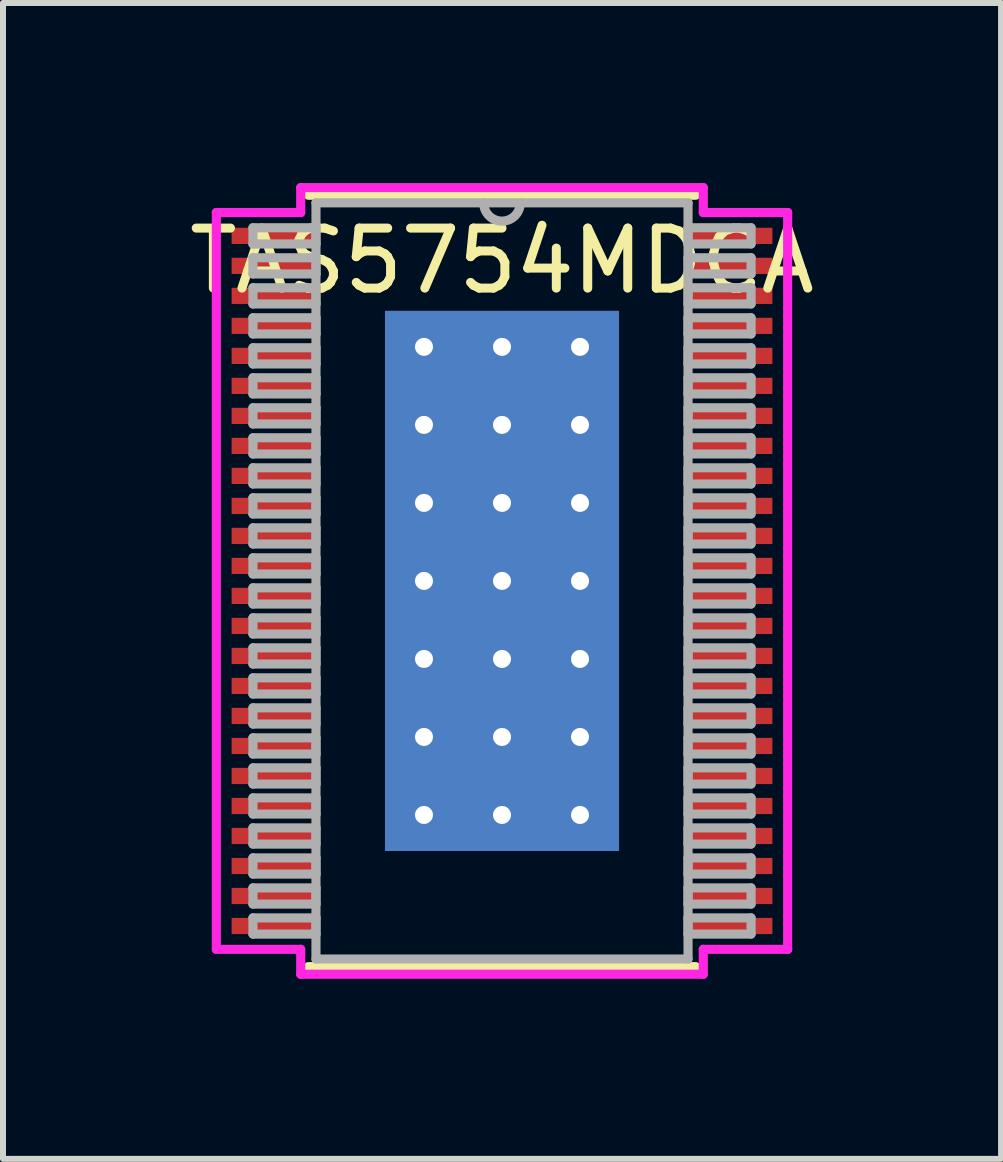
<source format=kicad_pcb>
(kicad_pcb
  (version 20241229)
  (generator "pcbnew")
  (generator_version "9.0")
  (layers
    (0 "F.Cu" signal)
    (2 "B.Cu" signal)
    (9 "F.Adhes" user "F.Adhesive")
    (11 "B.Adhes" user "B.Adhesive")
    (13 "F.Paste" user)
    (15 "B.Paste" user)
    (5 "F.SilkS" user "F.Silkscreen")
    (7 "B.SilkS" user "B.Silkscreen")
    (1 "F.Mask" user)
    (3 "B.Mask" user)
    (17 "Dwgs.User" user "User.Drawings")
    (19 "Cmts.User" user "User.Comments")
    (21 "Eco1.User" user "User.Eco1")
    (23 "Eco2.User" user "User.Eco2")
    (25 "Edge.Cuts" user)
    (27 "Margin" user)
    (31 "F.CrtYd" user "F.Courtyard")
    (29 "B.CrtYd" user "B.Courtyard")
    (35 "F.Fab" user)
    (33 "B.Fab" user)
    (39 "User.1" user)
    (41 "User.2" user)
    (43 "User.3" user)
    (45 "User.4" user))
  (footprint "TAS5754MDCA"
    (layer "F.Cu")
    (at 5.315 6.63)
    (property "Reference" "TAS5754MDCA" (at 0 -5.334 0) (layer "F.SilkS") (effects (font (size 1 1) (thickness 0.15))))
    (attr through_hole)
    (fp_line (start -3.227 6.427) (end 3.227 6.427) (stroke (width 0.152) (type solid)) (layer "F.SilkS"))
    (fp_line (start 3.227 -6.427) (end -3.227 -6.427) (stroke (width 0.152) (type solid)) (layer "F.SilkS"))
    (fp_line (start -4.76 -6.139) (end -3.354 -6.139) (stroke (width 0.152) (type solid)) (layer "F.CrtYd"))
    (fp_line (start -4.76 6.139) (end -4.76 -6.139) (stroke (width 0.152) (type solid)) (layer "F.CrtYd"))
    (fp_line (start -3.354 -6.554) (end 3.354 -6.554) (stroke (width 0.152) (type solid)) (layer "F.CrtYd"))
    (fp_line (start -3.354 -6.139) (end -3.354 -6.554) (stroke (width 0.152) (type solid)) (layer "F.CrtYd"))
    (fp_line (start -3.354 6.139) (end -4.76 6.139) (stroke (width 0.152) (type solid)) (layer "F.CrtYd"))
    (fp_line (start -3.354 6.554) (end -3.354 6.139) (stroke (width 0.152) (type solid)) (layer "F.CrtYd"))
    (fp_line (start 3.354 -6.554) (end 3.354 -6.139) (stroke (width 0.152) (type solid)) (layer "F.CrtYd"))
    (fp_line (start 3.354 -6.139) (end 4.76 -6.139) (stroke (width 0.152) (type solid)) (layer "F.CrtYd"))
    (fp_line (start 3.354 6.139) (end 3.354 6.554) (stroke (width 0.152) (type solid)) (layer "F.CrtYd"))
    (fp_line (start 3.354 6.554) (end -3.354 6.554) (stroke (width 0.152) (type solid)) (layer "F.CrtYd"))
    (fp_line (start 4.76 -6.139) (end 4.76 6.139) (stroke (width 0.152) (type solid)) (layer "F.CrtYd"))
    (fp_line (start 4.76 6.139) (end 3.354 6.139) (stroke (width 0.152) (type solid)) (layer "F.CrtYd"))
    (fp_line (start -4.15 -5.885) (end -4.15 -5.615) (stroke (width 0.152) (type solid)) (layer "F.Fab"))
    (fp_line (start -4.15 -5.615) (end -3.1 -5.615) (stroke (width 0.152) (type solid)) (layer "F.Fab"))
    (fp_line (start -4.15 -5.385) (end -4.15 -5.115) (stroke (width 0.152) (type solid)) (layer "F.Fab"))
    (fp_line (start -4.15 -5.115) (end -3.1 -5.115) (stroke (width 0.152) (type solid)) (layer "F.Fab"))
    (fp_line (start -4.15 -4.885) (end -4.15 -4.615) (stroke (width 0.152) (type solid)) (layer "F.Fab"))
    (fp_line (start -4.15 -4.615) (end -3.1 -4.615) (stroke (width 0.152) (type solid)) (layer "F.Fab"))
    (fp_line (start -4.15 -4.385) (end -4.15 -4.115) (stroke (width 0.152) (type solid)) (layer "F.Fab"))
    (fp_line (start -4.15 -4.115) (end -3.1 -4.115) (stroke (width 0.152) (type solid)) (layer "F.Fab"))
    (fp_line (start -4.15 -3.885) (end -4.15 -3.615) (stroke (width 0.152) (type solid)) (layer "F.Fab"))
    (fp_line (start -4.15 -3.615) (end -3.1 -3.615) (stroke (width 0.152) (type solid)) (layer "F.Fab"))
    (fp_line (start -4.15 -3.385) (end -4.15 -3.115) (stroke (width 0.152) (type solid)) (layer "F.Fab"))
    (fp_line (start -4.15 -3.115) (end -3.1 -3.115) (stroke (width 0.152) (type solid)) (layer "F.Fab"))
    (fp_line (start -4.15 -2.885) (end -4.15 -2.615) (stroke (width 0.152) (type solid)) (layer "F.Fab"))
    (fp_line (start -4.15 -2.615) (end -3.1 -2.615) (stroke (width 0.152) (type solid)) (layer "F.Fab"))
    (fp_line (start -4.15 -2.385) (end -4.15 -2.115) (stroke (width 0.152) (type solid)) (layer "F.Fab"))
    (fp_line (start -4.15 -2.115) (end -3.1 -2.115) (stroke (width 0.152) (type solid)) (layer "F.Fab"))
    (fp_line (start -4.15 -1.885) (end -4.15 -1.615) (stroke (width 0.152) (type solid)) (layer "F.Fab"))
    (fp_line (start -4.15 -1.615) (end -3.1 -1.615) (stroke (width 0.152) (type solid)) (layer "F.Fab"))
    (fp_line (start -4.15 -1.385) (end -4.15 -1.115) (stroke (width 0.152) (type solid)) (layer "F.Fab"))
    (fp_line (start -4.15 -1.115) (end -3.1 -1.115) (stroke (width 0.152) (type solid)) (layer "F.Fab"))
    (fp_line (start -4.15 -0.885) (end -4.15 -0.615) (stroke (width 0.152) (type solid)) (layer "F.Fab"))
    (fp_line (start -4.15 -0.615) (end -3.1 -0.615) (stroke (width 0.152) (type solid)) (layer "F.Fab"))
    (fp_line (start -4.15 -0.385) (end -4.15 -0.115) (stroke (width 0.152) (type solid)) (layer "F.Fab"))
    (fp_line (start -4.15 -0.115) (end -3.1 -0.115) (stroke (width 0.152) (type solid)) (layer "F.Fab"))
    (fp_line (start -4.15 0.115) (end -4.15 0.385) (stroke (width 0.152) (type solid)) (layer "F.Fab"))
    (fp_line (start -4.15 0.385) (end -3.1 0.385) (stroke (width 0.152) (type solid)) (layer "F.Fab"))
    (fp_line (start -4.15 0.615) (end -4.15 0.885) (stroke (width 0.152) (type solid)) (layer "F.Fab"))
    (fp_line (start -4.15 0.885) (end -3.1 0.885) (stroke (width 0.152) (type solid)) (layer "F.Fab"))
    (fp_line (start -4.15 1.115) (end -4.15 1.385) (stroke (width 0.152) (type solid)) (layer "F.Fab"))
    (fp_line (start -4.15 1.385) (end -3.1 1.385) (stroke (width 0.152) (type solid)) (layer "F.Fab"))
    (fp_line (start -4.15 1.615) (end -4.15 1.885) (stroke (width 0.152) (type solid)) (layer "F.Fab"))
    (fp_line (start -4.15 1.885) (end -3.1 1.885) (stroke (width 0.152) (type solid)) (layer "F.Fab"))
    (fp_line (start -4.15 2.115) (end -4.15 2.385) (stroke (width 0.152) (type solid)) (layer "F.Fab"))
    (fp_line (start -4.15 2.385) (end -3.1 2.385) (stroke (width 0.152) (type solid)) (layer "F.Fab"))
    (fp_line (start -4.15 2.615) (end -4.15 2.885) (stroke (width 0.152) (type solid)) (layer "F.Fab"))
    (fp_line (start -4.15 2.885) (end -3.1 2.885) (stroke (width 0.152) (type solid)) (layer "F.Fab"))
    (fp_line (start -4.15 3.115) (end -4.15 3.385) (stroke (width 0.152) (type solid)) (layer "F.Fab"))
    (fp_line (start -4.15 3.385) (end -3.1 3.385) (stroke (width 0.152) (type solid)) (layer "F.Fab"))
    (fp_line (start -4.15 3.615) (end -4.15 3.885) (stroke (width 0.152) (type solid)) (layer "F.Fab"))
    (fp_line (start -4.15 3.885) (end -3.1 3.885) (stroke (width 0.152) (type solid)) (layer "F.Fab"))
    (fp_line (start -4.15 4.115) (end -4.15 4.385) (stroke (width 0.152) (type solid)) (layer "F.Fab"))
    (fp_line (start -4.15 4.385) (end -3.1 4.385) (stroke (width 0.152) (type solid)) (layer "F.Fab"))
    (fp_line (start -4.15 4.615) (end -4.15 4.885) (stroke (width 0.152) (type solid)) (layer "F.Fab"))
    (fp_line (start -4.15 4.885) (end -3.1 4.885) (stroke (width 0.152) (type solid)) (layer "F.Fab"))
    (fp_line (start -4.15 5.115) (end -4.15 5.385) (stroke (width 0.152) (type solid)) (layer "F.Fab"))
    (fp_line (start -4.15 5.385) (end -3.1 5.385) (stroke (width 0.152) (type solid)) (layer "F.Fab"))
    (fp_line (start -4.15 5.615) (end -4.15 5.885) (stroke (width 0.152) (type solid)) (layer "F.Fab"))
    (fp_line (start -4.15 5.885) (end -3.1 5.885) (stroke (width 0.152) (type solid)) (layer "F.Fab"))
    (fp_line (start -3.1 -5.885) (end -4.15 -5.885) (stroke (width 0.152) (type solid)) (layer "F.Fab"))
    (fp_line (start -3.1 -5.615) (end -3.1 -5.885) (stroke (width 0.152) (type solid)) (layer "F.Fab"))
    (fp_line (start -3.1 -5.385) (end -4.15 -5.385) (stroke (width 0.152) (type solid)) (layer "F.Fab"))
    (fp_line (start -3.1 -5.115) (end -3.1 -5.385) (stroke (width 0.152) (type solid)) (layer "F.Fab"))
    (fp_line (start -3.1 -4.885) (end -4.15 -4.885) (stroke (width 0.152) (type solid)) (layer "F.Fab"))
    (fp_line (start -3.1 -4.615) (end -3.1 -4.885) (stroke (width 0.152) (type solid)) (layer "F.Fab"))
    (fp_line (start -3.1 -4.385) (end -4.15 -4.385) (stroke (width 0.152) (type solid)) (layer "F.Fab"))
    (fp_line (start -3.1 -4.115) (end -3.1 -4.385) (stroke (width 0.152) (type solid)) (layer "F.Fab"))
    (fp_line (start -3.1 -3.885) (end -4.15 -3.885) (stroke (width 0.152) (type solid)) (layer "F.Fab"))
    (fp_line (start -3.1 -3.615) (end -3.1 -3.885) (stroke (width 0.152) (type solid)) (layer "F.Fab"))
    (fp_line (start -3.1 -3.385) (end -4.15 -3.385) (stroke (width 0.152) (type solid)) (layer "F.Fab"))
    (fp_line (start -3.1 -3.115) (end -3.1 -3.385) (stroke (width 0.152) (type solid)) (layer "F.Fab"))
    (fp_line (start -3.1 -2.885) (end -4.15 -2.885) (stroke (width 0.152) (type solid)) (layer "F.Fab"))
    (fp_line (start -3.1 -2.615) (end -3.1 -2.885) (stroke (width 0.152) (type solid)) (layer "F.Fab"))
    (fp_line (start -3.1 -2.385) (end -4.15 -2.385) (stroke (width 0.152) (type solid)) (layer "F.Fab"))
    (fp_line (start -3.1 -2.115) (end -3.1 -2.385) (stroke (width 0.152) (type solid)) (layer "F.Fab"))
    (fp_line (start -3.1 -1.885) (end -4.15 -1.885) (stroke (width 0.152) (type solid)) (layer "F.Fab"))
    (fp_line (start -3.1 -1.615) (end -3.1 -1.885) (stroke (width 0.152) (type solid)) (layer "F.Fab"))
    (fp_line (start -3.1 -1.385) (end -4.15 -1.385) (stroke (width 0.152) (type solid)) (layer "F.Fab"))
    (fp_line (start -3.1 -1.115) (end -3.1 -1.385) (stroke (width 0.152) (type solid)) (layer "F.Fab"))
    (fp_line (start -3.1 -0.885) (end -4.15 -0.885) (stroke (width 0.152) (type solid)) (layer "F.Fab"))
    (fp_line (start -3.1 -0.615) (end -3.1 -0.885) (stroke (width 0.152) (type solid)) (layer "F.Fab"))
    (fp_line (start -3.1 -0.385) (end -4.15 -0.385) (stroke (width 0.152) (type solid)) (layer "F.Fab"))
    (fp_line (start -3.1 -0.115) (end -3.1 -0.385) (stroke (width 0.152) (type solid)) (layer "F.Fab"))
    (fp_line (start -3.1 0.115) (end -4.15 0.115) (stroke (width 0.152) (type solid)) (layer "F.Fab"))
    (fp_line (start -3.1 0.385) (end -3.1 0.115) (stroke (width 0.152) (type solid)) (layer "F.Fab"))
    (fp_line (start -3.1 0.615) (end -4.15 0.615) (stroke (width 0.152) (type solid)) (layer "F.Fab"))
    (fp_line (start -3.1 0.885) (end -3.1 0.615) (stroke (width 0.152) (type solid)) (layer "F.Fab"))
    (fp_line (start -3.1 1.115) (end -4.15 1.115) (stroke (width 0.152) (type solid)) (layer "F.Fab"))
    (fp_line (start -3.1 1.385) (end -3.1 1.115) (stroke (width 0.152) (type solid)) (layer "F.Fab"))
    (fp_line (start -3.1 1.615) (end -4.15 1.615) (stroke (width 0.152) (type solid)) (layer "F.Fab"))
    (fp_line (start -3.1 1.885) (end -3.1 1.615) (stroke (width 0.152) (type solid)) (layer "F.Fab"))
    (fp_line (start -3.1 2.115) (end -4.15 2.115) (stroke (width 0.152) (type solid)) (layer "F.Fab"))
    (fp_line (start -3.1 2.385) (end -3.1 2.115) (stroke (width 0.152) (type solid)) (layer "F.Fab"))
    (fp_line (start -3.1 2.615) (end -4.15 2.615) (stroke (width 0.152) (type solid)) (layer "F.Fab"))
    (fp_line (start -3.1 2.885) (end -3.1 2.615) (stroke (width 0.152) (type solid)) (layer "F.Fab"))
    (fp_line (start -3.1 3.115) (end -4.15 3.115) (stroke (width 0.152) (type solid)) (layer "F.Fab"))
    (fp_line (start -3.1 3.385) (end -3.1 3.115) (stroke (width 0.152) (type solid)) (layer "F.Fab"))
    (fp_line (start -3.1 3.615) (end -4.15 3.615) (stroke (width 0.152) (type solid)) (layer "F.Fab"))
    (fp_line (start -3.1 3.885) (end -3.1 3.615) (stroke (width 0.152) (type solid)) (layer "F.Fab"))
    (fp_line (start -3.1 4.115) (end -4.15 4.115) (stroke (width 0.152) (type solid)) (layer "F.Fab"))
    (fp_line (start -3.1 4.385) (end -3.1 4.115) (stroke (width 0.152) (type solid)) (layer "F.Fab"))
    (fp_line (start -3.1 4.615) (end -4.15 4.615) (stroke (width 0.152) (type solid)) (layer "F.Fab"))
    (fp_line (start -3.1 4.885) (end -3.1 4.615) (stroke (width 0.152) (type solid)) (layer "F.Fab"))
    (fp_line (start -3.1 5.115) (end -4.15 5.115) (stroke (width 0.152) (type solid)) (layer "F.Fab"))
    (fp_line (start -3.1 5.385) (end -3.1 5.115) (stroke (width 0.152) (type solid)) (layer "F.Fab"))
    (fp_line (start -3.1 5.615) (end -4.15 5.615) (stroke (width 0.152) (type solid)) (layer "F.Fab"))
    (fp_line (start -3.1 5.885) (end -3.1 5.615) (stroke (width 0.152) (type solid)) (layer "F.Fab"))
    (fp_line (start -3.1 -6.3) (end -3.1 6.3) (stroke (width 0.152) (type solid)) (layer "F.Fab"))
    (fp_line (start -3.1 6.3) (end 3.1 6.3) (stroke (width 0.152) (type solid)) (layer "F.Fab"))
    (fp_line (start 3.1 -6.3) (end -3.1 -6.3) (stroke (width 0.152) (type solid)) (layer "F.Fab"))
    (fp_line (start 3.1 6.3) (end 3.1 -6.3) (stroke (width 0.152) (type solid)) (layer "F.Fab"))
    (fp_line (start 3.1 -5.885) (end 3.1 -5.615) (stroke (width 0.152) (type solid)) (layer "F.Fab"))
    (fp_line (start 3.1 -5.615) (end 4.15 -5.615) (stroke (width 0.152) (type solid)) (layer "F.Fab"))
    (fp_line (start 3.1 -5.385) (end 3.1 -5.115) (stroke (width 0.152) (type solid)) (layer "F.Fab"))
    (fp_line (start 3.1 -5.115) (end 4.15 -5.115) (stroke (width 0.152) (type solid)) (layer "F.Fab"))
    (fp_line (start 3.1 -4.885) (end 3.1 -4.615) (stroke (width 0.152) (type solid)) (layer "F.Fab"))
    (fp_line (start 3.1 -4.615) (end 4.15 -4.615) (stroke (width 0.152) (type solid)) (layer "F.Fab"))
    (fp_line (start 3.1 -4.385) (end 3.1 -4.115) (stroke (width 0.152) (type solid)) (layer "F.Fab"))
    (fp_line (start 3.1 -4.115) (end 4.15 -4.115) (stroke (width 0.152) (type solid)) (layer "F.Fab"))
    (fp_line (start 3.1 -3.885) (end 3.1 -3.615) (stroke (width 0.152) (type solid)) (layer "F.Fab"))
    (fp_line (start 3.1 -3.615) (end 4.15 -3.615) (stroke (width 0.152) (type solid)) (layer "F.Fab"))
    (fp_line (start 3.1 -3.385) (end 3.1 -3.115) (stroke (width 0.152) (type solid)) (layer "F.Fab"))
    (fp_line (start 3.1 -3.115) (end 4.15 -3.115) (stroke (width 0.152) (type solid)) (layer "F.Fab"))
    (fp_line (start 3.1 -2.885) (end 3.1 -2.615) (stroke (width 0.152) (type solid)) (layer "F.Fab"))
    (fp_line (start 3.1 -2.615) (end 4.15 -2.615) (stroke (width 0.152) (type solid)) (layer "F.Fab"))
    (fp_line (start 3.1 -2.385) (end 3.1 -2.115) (stroke (width 0.152) (type solid)) (layer "F.Fab"))
    (fp_line (start 3.1 -2.115) (end 4.15 -2.115) (stroke (width 0.152) (type solid)) (layer "F.Fab"))
    (fp_line (start 3.1 -1.885) (end 3.1 -1.615) (stroke (width 0.152) (type solid)) (layer "F.Fab"))
    (fp_line (start 3.1 -1.615) (end 4.15 -1.615) (stroke (width 0.152) (type solid)) (layer "F.Fab"))
    (fp_line (start 3.1 -1.385) (end 3.1 -1.115) (stroke (width 0.152) (type solid)) (layer "F.Fab"))
    (fp_line (start 3.1 -1.115) (end 4.15 -1.115) (stroke (width 0.152) (type solid)) (layer "F.Fab"))
    (fp_line (start 3.1 -0.885) (end 3.1 -0.615) (stroke (width 0.152) (type solid)) (layer "F.Fab"))
    (fp_line (start 3.1 -0.615) (end 4.15 -0.615) (stroke (width 0.152) (type solid)) (layer "F.Fab"))
    (fp_line (start 3.1 -0.385) (end 3.1 -0.115) (stroke (width 0.152) (type solid)) (layer "F.Fab"))
    (fp_line (start 3.1 -0.115) (end 4.15 -0.115) (stroke (width 0.152) (type solid)) (layer "F.Fab"))
    (fp_line (start 3.1 0.115) (end 3.1 0.385) (stroke (width 0.152) (type solid)) (layer "F.Fab"))
    (fp_line (start 3.1 0.385) (end 4.15 0.385) (stroke (width 0.152) (type solid)) (layer "F.Fab"))
    (fp_line (start 3.1 0.615) (end 3.1 0.885) (stroke (width 0.152) (type solid)) (layer "F.Fab"))
    (fp_line (start 3.1 0.885) (end 4.15 0.885) (stroke (width 0.152) (type solid)) (layer "F.Fab"))
    (fp_line (start 3.1 1.115) (end 3.1 1.385) (stroke (width 0.152) (type solid)) (layer "F.Fab"))
    (fp_line (start 3.1 1.385) (end 4.15 1.385) (stroke (width 0.152) (type solid)) (layer "F.Fab"))
    (fp_line (start 3.1 1.615) (end 3.1 1.885) (stroke (width 0.152) (type solid)) (layer "F.Fab"))
    (fp_line (start 3.1 1.885) (end 4.15 1.885) (stroke (width 0.152) (type solid)) (layer "F.Fab"))
    (fp_line (start 3.1 2.115) (end 3.1 2.385) (stroke (width 0.152) (type solid)) (layer "F.Fab"))
    (fp_line (start 3.1 2.385) (end 4.15 2.385) (stroke (width 0.152) (type solid)) (layer "F.Fab"))
    (fp_line (start 3.1 2.615) (end 3.1 2.885) (stroke (width 0.152) (type solid)) (layer "F.Fab"))
    (fp_line (start 3.1 2.885) (end 4.15 2.885) (stroke (width 0.152) (type solid)) (layer "F.Fab"))
    (fp_line (start 3.1 3.115) (end 3.1 3.385) (stroke (width 0.152) (type solid)) (layer "F.Fab"))
    (fp_line (start 3.1 3.385) (end 4.15 3.385) (stroke (width 0.152) (type solid)) (layer "F.Fab"))
    (fp_line (start 3.1 3.615) (end 3.1 3.885) (stroke (width 0.152) (type solid)) (layer "F.Fab"))
    (fp_line (start 3.1 3.885) (end 4.15 3.885) (stroke (width 0.152) (type solid)) (layer "F.Fab"))
    (fp_line (start 3.1 4.115) (end 3.1 4.385) (stroke (width 0.152) (type solid)) (layer "F.Fab"))
    (fp_line (start 3.1 4.385) (end 4.15 4.385) (stroke (width 0.152) (type solid)) (layer "F.Fab"))
    (fp_line (start 3.1 4.615) (end 3.1 4.885) (stroke (width 0.152) (type solid)) (layer "F.Fab"))
    (fp_line (start 3.1 4.885) (end 4.15 4.885) (stroke (width 0.152) (type solid)) (layer "F.Fab"))
    (fp_line (start 3.1 5.115) (end 3.1 5.385) (stroke (width 0.152) (type solid)) (layer "F.Fab"))
    (fp_line (start 3.1 5.385) (end 4.15 5.385) (stroke (width 0.152) (type solid)) (layer "F.Fab"))
    (fp_line (start 3.1 5.615) (end 3.1 5.885) (stroke (width 0.152) (type solid)) (layer "F.Fab"))
    (fp_line (start 3.1 5.885) (end 4.15 5.885) (stroke (width 0.152) (type solid)) (layer "F.Fab"))
    (fp_line (start 4.15 -5.885) (end 3.1 -5.885) (stroke (width 0.152) (type solid)) (layer "F.Fab"))
    (fp_line (start 4.15 -5.615) (end 4.15 -5.885) (stroke (width 0.152) (type solid)) (layer "F.Fab"))
    (fp_line (start 4.15 -5.385) (end 3.1 -5.385) (stroke (width 0.152) (type solid)) (layer "F.Fab"))
    (fp_line (start 4.15 -5.115) (end 4.15 -5.385) (stroke (width 0.152) (type solid)) (layer "F.Fab"))
    (fp_line (start 4.15 -4.885) (end 3.1 -4.885) (stroke (width 0.152) (type solid)) (layer "F.Fab"))
    (fp_line (start 4.15 -4.615) (end 4.15 -4.885) (stroke (width 0.152) (type solid)) (layer "F.Fab"))
    (fp_line (start 4.15 -4.385) (end 3.1 -4.385) (stroke (width 0.152) (type solid)) (layer "F.Fab"))
    (fp_line (start 4.15 -4.115) (end 4.15 -4.385) (stroke (width 0.152) (type solid)) (layer "F.Fab"))
    (fp_line (start 4.15 -3.885) (end 3.1 -3.885) (stroke (width 0.152) (type solid)) (layer "F.Fab"))
    (fp_line (start 4.15 -3.615) (end 4.15 -3.885) (stroke (width 0.152) (type solid)) (layer "F.Fab"))
    (fp_line (start 4.15 -3.385) (end 3.1 -3.385) (stroke (width 0.152) (type solid)) (layer "F.Fab"))
    (fp_line (start 4.15 -3.115) (end 4.15 -3.385) (stroke (width 0.152) (type solid)) (layer "F.Fab"))
    (fp_line (start 4.15 -2.885) (end 3.1 -2.885) (stroke (width 0.152) (type solid)) (layer "F.Fab"))
    (fp_line (start 4.15 -2.615) (end 4.15 -2.885) (stroke (width 0.152) (type solid)) (layer "F.Fab"))
    (fp_line (start 4.15 -2.385) (end 3.1 -2.385) (stroke (width 0.152) (type solid)) (layer "F.Fab"))
    (fp_line (start 4.15 -2.115) (end 4.15 -2.385) (stroke (width 0.152) (type solid)) (layer "F.Fab"))
    (fp_line (start 4.15 -1.885) (end 3.1 -1.885) (stroke (width 0.152) (type solid)) (layer "F.Fab"))
    (fp_line (start 4.15 -1.615) (end 4.15 -1.885) (stroke (width 0.152) (type solid)) (layer "F.Fab"))
    (fp_line (start 4.15 -1.385) (end 3.1 -1.385) (stroke (width 0.152) (type solid)) (layer "F.Fab"))
    (fp_line (start 4.15 -1.115) (end 4.15 -1.385) (stroke (width 0.152) (type solid)) (layer "F.Fab"))
    (fp_line (start 4.15 -0.885) (end 3.1 -0.885) (stroke (width 0.152) (type solid)) (layer "F.Fab"))
    (fp_line (start 4.15 -0.615) (end 4.15 -0.885) (stroke (width 0.152) (type solid)) (layer "F.Fab"))
    (fp_line (start 4.15 -0.385) (end 3.1 -0.385) (stroke (width 0.152) (type solid)) (layer "F.Fab"))
    (fp_line (start 4.15 -0.115) (end 4.15 -0.385) (stroke (width 0.152) (type solid)) (layer "F.Fab"))
    (fp_line (start 4.15 0.115) (end 3.1 0.115) (stroke (width 0.152) (type solid)) (layer "F.Fab"))
    (fp_line (start 4.15 0.385) (end 4.15 0.115) (stroke (width 0.152) (type solid)) (layer "F.Fab"))
    (fp_line (start 4.15 0.615) (end 3.1 0.615) (stroke (width 0.152) (type solid)) (layer "F.Fab"))
    (fp_line (start 4.15 0.885) (end 4.15 0.615) (stroke (width 0.152) (type solid)) (layer "F.Fab"))
    (fp_line (start 4.15 1.115) (end 3.1 1.115) (stroke (width 0.152) (type solid)) (layer "F.Fab"))
    (fp_line (start 4.15 1.385) (end 4.15 1.115) (stroke (width 0.152) (type solid)) (layer "F.Fab"))
    (fp_line (start 4.15 1.615) (end 3.1 1.615) (stroke (width 0.152) (type solid)) (layer "F.Fab"))
    (fp_line (start 4.15 1.885) (end 4.15 1.615) (stroke (width 0.152) (type solid)) (layer "F.Fab"))
    (fp_line (start 4.15 2.115) (end 3.1 2.115) (stroke (width 0.152) (type solid)) (layer "F.Fab"))
    (fp_line (start 4.15 2.385) (end 4.15 2.115) (stroke (width 0.152) (type solid)) (layer "F.Fab"))
    (fp_line (start 4.15 2.615) (end 3.1 2.615) (stroke (width 0.152) (type solid)) (layer "F.Fab"))
    (fp_line (start 4.15 2.885) (end 4.15 2.615) (stroke (width 0.152) (type solid)) (layer "F.Fab"))
    (fp_line (start 4.15 3.115) (end 3.1 3.115) (stroke (width 0.152) (type solid)) (layer "F.Fab"))
    (fp_line (start 4.15 3.385) (end 4.15 3.115) (stroke (width 0.152) (type solid)) (layer "F.Fab"))
    (fp_line (start 4.15 3.615) (end 3.1 3.615) (stroke (width 0.152) (type solid)) (layer "F.Fab"))
    (fp_line (start 4.15 3.885) (end 4.15 3.615) (stroke (width 0.152) (type solid)) (layer "F.Fab"))
    (fp_line (start 4.15 4.115) (end 3.1 4.115) (stroke (width 0.152) (type solid)) (layer "F.Fab"))
    (fp_line (start 4.15 4.385) (end 4.15 4.115) (stroke (width 0.152) (type solid)) (layer "F.Fab"))
    (fp_line (start 4.15 4.615) (end 3.1 4.615) (stroke (width 0.152) (type solid)) (layer "F.Fab"))
    (fp_line (start 4.15 4.885) (end 4.15 4.615) (stroke (width 0.152) (type solid)) (layer "F.Fab"))
    (fp_line (start 4.15 5.115) (end 3.1 5.115) (stroke (width 0.152) (type solid)) (layer "F.Fab"))
    (fp_line (start 4.15 5.385) (end 4.15 5.115) (stroke (width 0.152) (type solid)) (layer "F.Fab"))
    (fp_line (start 4.15 5.615) (end 3.1 5.615) (stroke (width 0.152) (type solid)) (layer "F.Fab"))
    (fp_line (start 4.15 5.885) (end 4.15 5.615) (stroke (width 0.152) (type solid)) (layer "F.Fab"))
    (fp_arc (start 0.3048 -6.3) (mid 0 -5.9952) (end -0.3048 -6.3) (stroke (width 0.1524) (type solid)) (layer "F.Fab"))
    (pad "1" smd rect (at -3.775 -5.75) (size 1.461 0.27) (layers "F.Cu" "F.Mask" "F.Paste"))
    (pad "2" smd rect (at -3.775 -5.25) (size 1.461 0.27) (layers "F.Cu" "F.Mask" "F.Paste"))
    (pad "3" smd rect (at -3.775 -4.75) (size 1.461 0.27) (layers "F.Cu" "F.Mask" "F.Paste"))
    (pad "4" smd rect (at -3.775 -4.25) (size 1.461 0.27) (layers "F.Cu" "F.Mask" "F.Paste"))
    (pad "5" smd rect (at -3.775 -3.75) (size 1.461 0.27) (layers "F.Cu" "F.Mask" "F.Paste"))
    (pad "6" smd rect (at -3.775 -3.25) (size 1.461 0.27) (layers "F.Cu" "F.Mask" "F.Paste"))
    (pad "7" smd rect (at -3.775 -2.75) (size 1.461 0.27) (layers "F.Cu" "F.Mask" "F.Paste"))
    (pad "8" smd rect (at -3.775 -2.25) (size 1.461 0.27) (layers "F.Cu" "F.Mask" "F.Paste"))
    (pad "9" smd rect (at -3.775 -1.75) (size 1.461 0.27) (layers "F.Cu" "F.Mask" "F.Paste"))
    (pad "10" smd rect (at -3.775 -1.25) (size 1.461 0.27) (layers "F.Cu" "F.Mask" "F.Paste"))
    (pad "11" smd rect (at -3.775 -0.75) (size 1.461 0.27) (layers "F.Cu" "F.Mask" "F.Paste"))
    (pad "12" smd rect (at -3.775 -0.25) (size 1.461 0.27) (layers "F.Cu" "F.Mask" "F.Paste"))
    (pad "13" smd rect (at -3.775 0.25) (size 1.461 0.27) (layers "F.Cu" "F.Mask" "F.Paste"))
    (pad "14" smd rect (at -3.775 0.75) (size 1.461 0.27) (layers "F.Cu" "F.Mask" "F.Paste"))
    (pad "15" smd rect (at -3.775 1.25) (size 1.461 0.27) (layers "F.Cu" "F.Mask" "F.Paste"))
    (pad "16" smd rect (at -3.775 1.75) (size 1.461 0.27) (layers "F.Cu" "F.Mask" "F.Paste"))
    (pad "17" smd rect (at -3.775 2.25) (size 1.461 0.27) (layers "F.Cu" "F.Mask" "F.Paste"))
    (pad "18" smd rect (at -3.775 2.75) (size 1.461 0.27) (layers "F.Cu" "F.Mask" "F.Paste"))
    (pad "19" smd rect (at -3.775 3.25) (size 1.461 0.27) (layers "F.Cu" "F.Mask" "F.Paste"))
    (pad "20" smd rect (at -3.775 3.75) (size 1.461 0.27) (layers "F.Cu" "F.Mask" "F.Paste"))
    (pad "21" smd rect (at -3.775 4.25) (size 1.461 0.27) (layers "F.Cu" "F.Mask" "F.Paste"))
    (pad "22" smd rect (at -3.775 4.75) (size 1.461 0.27) (layers "F.Cu" "F.Mask" "F.Paste"))
    (pad "23" smd rect (at -3.775 5.25) (size 1.461 0.27) (layers "F.Cu" "F.Mask" "F.Paste"))
    (pad "24" smd rect (at -3.775 5.75) (size 1.461 0.27) (layers "F.Cu" "F.Mask" "F.Paste"))
    (pad "25" smd rect (at 3.775 5.75) (size 1.461 0.27) (layers "F.Cu" "F.Mask" "F.Paste"))
    (pad "26" smd rect (at 3.775 5.25) (size 1.461 0.27) (layers "F.Cu" "F.Mask" "F.Paste"))
    (pad "27" smd rect (at 3.775 4.75) (size 1.461 0.27) (layers "F.Cu" "F.Mask" "F.Paste"))
    (pad "28" smd rect (at 3.775 4.25) (size 1.461 0.27) (layers "F.Cu" "F.Mask" "F.Paste"))
    (pad "29" smd rect (at 3.775 3.75) (size 1.461 0.27) (layers "F.Cu" "F.Mask" "F.Paste"))
    (pad "30" smd rect (at 3.775 3.25) (size 1.461 0.27) (layers "F.Cu" "F.Mask" "F.Paste"))
    (pad "31" smd rect (at 3.775 2.75) (size 1.461 0.27) (layers "F.Cu" "F.Mask" "F.Paste"))
    (pad "32" smd rect (at 3.775 2.25) (size 1.461 0.27) (layers "F.Cu" "F.Mask" "F.Paste"))
    (pad "33" smd rect (at 3.775 1.75) (size 1.461 0.27) (layers "F.Cu" "F.Mask" "F.Paste"))
    (pad "34" smd rect (at 3.775 1.25) (size 1.461 0.27) (layers "F.Cu" "F.Mask" "F.Paste"))
    (pad "35" smd rect (at 3.775 0.75) (size 1.461 0.27) (layers "F.Cu" "F.Mask" "F.Paste"))
    (pad "36" smd rect (at 3.775 0.25) (size 1.461 0.27) (layers "F.Cu" "F.Mask" "F.Paste"))
    (pad "37" smd rect (at 3.775 -0.25) (size 1.461 0.27) (layers "F.Cu" "F.Mask" "F.Paste"))
    (pad "38" smd rect (at 3.775 -0.75) (size 1.461 0.27) (layers "F.Cu" "F.Mask" "F.Paste"))
    (pad "39" smd rect (at 3.775 -1.25) (size 1.461 0.27) (layers "F.Cu" "F.Mask" "F.Paste"))
    (pad "40" smd rect (at 3.775 -1.75) (size 1.461 0.27) (layers "F.Cu" "F.Mask" "F.Paste"))
    (pad "41" smd rect (at 3.775 -2.25) (size 1.461 0.27) (layers "F.Cu" "F.Mask" "F.Paste"))
    (pad "42" smd rect (at 3.775 -2.75) (size 1.461 0.27) (layers "F.Cu" "F.Mask" "F.Paste"))
    (pad "43" smd rect (at 3.775 -3.25) (size 1.461 0.27) (layers "F.Cu" "F.Mask" "F.Paste"))
    (pad "44" smd rect (at 3.775 -3.75) (size 1.461 0.27) (layers "F.Cu" "F.Mask" "F.Paste"))
    (pad "45" smd rect (at 3.775 -4.25) (size 1.461 0.27) (layers "F.Cu" "F.Mask" "F.Paste"))
    (pad "46" smd rect (at 3.775 -4.75) (size 1.461 0.27) (layers "F.Cu" "F.Mask" "F.Paste"))
    (pad "47" smd rect (at 3.775 -5.25) (size 1.461 0.27) (layers "F.Cu" "F.Mask" "F.Paste"))
    (pad "48" smd rect (at 3.775 -5.75) (size 1.461 0.27) (layers "F.Cu" "F.Mask" "F.Paste"))
    (pad "EPAD" thru_hole circle (at -1.3 -3.9) (size 0.6 0.6) (drill 0.3) (layers "*.Cu" "*.Mask"))
    (pad "EPAD" thru_hole circle (at -1.3 -2.6) (size 0.6 0.6) (drill 0.3) (layers "*.Cu" "*.Mask"))
    (pad "EPAD" thru_hole circle (at -1.3 -1.3) (size 0.6 0.6) (drill 0.3) (layers "*.Cu" "*.Mask"))
    (pad "EPAD" thru_hole circle (at -1.3 0) (size 0.6 0.6) (drill 0.3) (layers "*.Cu" "*.Mask"))
    (pad "EPAD" thru_hole circle (at -1.3 1.3) (size 0.6 0.6) (drill 0.3) (layers "*.Cu" "*.Mask"))
    (pad "EPAD" thru_hole circle (at -1.3 2.6) (size 0.6 0.6) (drill 0.3) (layers "*.Cu" "*.Mask"))
    (pad "EPAD" thru_hole circle (at -1.3 3.9) (size 0.6 0.6) (drill 0.3) (layers "*.Cu" "*.Mask"))
    (pad "EPAD" thru_hole circle (at 0 -3.9) (size 0.6 0.6) (drill 0.3) (layers "*.Cu" "*.Mask"))
    (pad "EPAD" thru_hole circle (at 0 -2.6) (size 0.6 0.6) (drill 0.3) (layers "*.Cu" "*.Mask"))
    (pad "EPAD" thru_hole circle (at 0 -1.3) (size 0.6 0.6) (drill 0.3) (layers "*.Cu" "*.Mask"))
    (pad "EPAD" thru_hole circle (at 0 0) (size 0.6 0.6) (drill 0.3) (layers "*.Cu" "*.Mask"))
    (pad "EPAD" smd rect (at 0 0) (size 3.9 9) (layers "F.Cu" "F.Mask" "F.Paste"))
    (pad "EPAD" smd rect (at 0 0) (size 3.9 9) (layers "B.Cu"))
    (pad "EPAD" thru_hole circle (at 0 1.3) (size 0.6 0.6) (drill 0.3) (layers "*.Cu" "*.Mask"))
    (pad "EPAD" thru_hole circle (at 0 2.6) (size 0.6 0.6) (drill 0.3) (layers "*.Cu" "*.Mask"))
    (pad "EPAD" thru_hole circle (at 0 3.9) (size 0.6 0.6) (drill 0.3) (layers "*.Cu" "*.Mask"))
    (pad "EPAD" thru_hole circle (at 1.3 -3.9) (size 0.6 0.6) (drill 0.3) (layers "*.Cu" "*.Mask"))
    (pad "EPAD" thru_hole circle (at 1.3 -2.6) (size 0.6 0.6) (drill 0.3) (layers "*.Cu" "*.Mask"))
    (pad "EPAD" thru_hole circle (at 1.3 -1.3) (size 0.6 0.6) (drill 0.3) (layers "*.Cu" "*.Mask"))
    (pad "EPAD" thru_hole circle (at 1.3 0) (size 0.6 0.6) (drill 0.3) (layers "*.Cu" "*.Mask"))
    (pad "EPAD" thru_hole circle (at 1.3 1.3) (size 0.6 0.6) (drill 0.3) (layers "*.Cu" "*.Mask"))
    (pad "EPAD" thru_hole circle (at 1.3 2.6) (size 0.6 0.6) (drill 0.3) (layers "*.Cu" "*.Mask"))
    (pad "EPAD" thru_hole circle (at 1.3 3.9) (size 0.6 0.6) (drill 0.3) (layers "*.Cu" "*.Mask")))
  (gr_rect
    (start -3 -3)
    (end 13.631 16.26)
    (stroke (width 0.1) (type default))
    (fill no)
    (layer "Edge.Cuts")))
</source>
